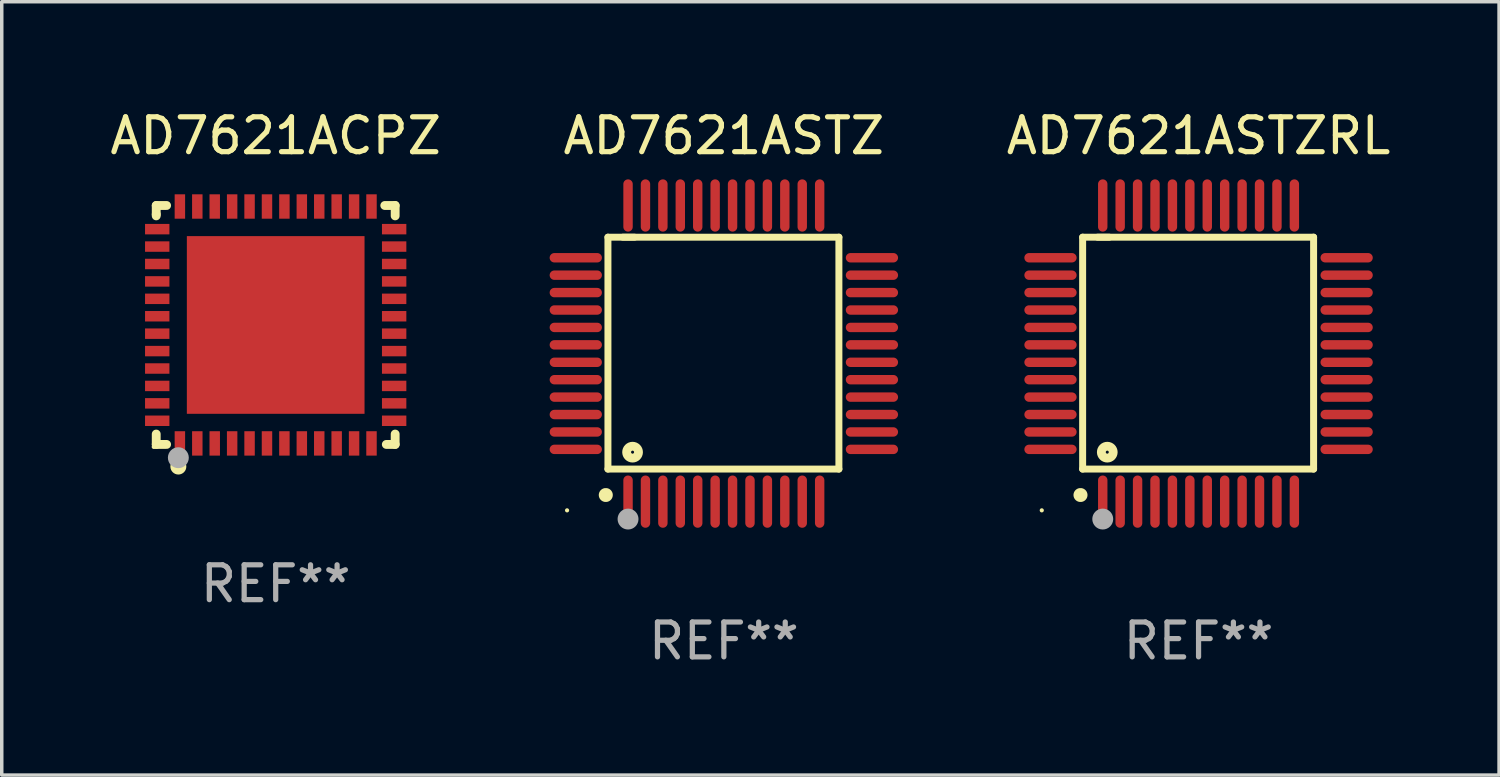
<source format=kicad_pcb>
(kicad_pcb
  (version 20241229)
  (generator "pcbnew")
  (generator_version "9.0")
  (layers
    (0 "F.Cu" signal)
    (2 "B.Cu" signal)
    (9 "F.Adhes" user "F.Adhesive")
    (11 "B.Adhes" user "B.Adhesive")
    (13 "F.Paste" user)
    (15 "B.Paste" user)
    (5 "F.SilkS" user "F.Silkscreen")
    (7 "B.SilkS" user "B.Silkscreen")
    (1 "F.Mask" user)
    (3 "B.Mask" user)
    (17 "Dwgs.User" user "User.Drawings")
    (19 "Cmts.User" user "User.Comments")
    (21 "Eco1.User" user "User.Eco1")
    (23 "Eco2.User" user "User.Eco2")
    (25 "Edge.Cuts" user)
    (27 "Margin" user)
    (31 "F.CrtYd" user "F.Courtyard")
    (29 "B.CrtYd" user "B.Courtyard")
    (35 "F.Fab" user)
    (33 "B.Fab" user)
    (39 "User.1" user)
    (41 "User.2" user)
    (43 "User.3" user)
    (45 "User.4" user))
  (footprint "AD7621ASTZ"
    (layer "F.Cu")
    (at 17.726 7.098)
    (property "Reference" "AD7621ASTZ" (at 0 -6.25 0) (layer "F.SilkS") (effects (font (size 1 1) (thickness 0.15))))
    (attr through_hole)
    (fp_line (start -3.327 -3.34) (end -2.565 -3.34) (stroke (width 0.2) (type solid)) (layer "F.SilkS"))
    (fp_line (start -3.327 3.315) (end -3.327 -3.34) (stroke (width 0.2) (type solid)) (layer "F.SilkS"))
    (fp_line (start -2.896 -3.34) (end 3.302 -3.34) (stroke (width 0.2) (type solid)) (layer "F.SilkS"))
    (fp_line (start 3.302 -3.34) (end 3.302 3.315) (stroke (width 0.2) (type solid)) (layer "F.SilkS"))
    (fp_line (start 3.302 3.315) (end -3.327 3.315) (stroke (width 0.2) (type solid)) (layer "F.SilkS"))
    (fp_arc (start -3.389992 4.059995) (mid -3.388722 4.059991) (end -3.387452 4.059995) (stroke (width 0.4) (type solid)) (layer "F.SilkS"))
    (fp_circle (center -4.5 4.5) (end -4.47 4.5) (stroke (width 0.06) (type solid)) (fill no) (layer "F.SilkS"))
    (fp_circle (center -2.62 2.83) (end -2.45 2.83) (stroke (width 0.254) (type solid)) (fill no) (layer "F.SilkS"))
    (fp_circle (center -2.75 4.75) (end -2.6 4.75) (stroke (width 0.3) (type solid)) (fill no) (layer "F.Fab"))
    (fp_text user "REF**" (at 0 8.25 0) (layer "F.Fab") (effects (font (size 1 1) (thickness 0.15))))
    (pad "1" smd oval (at -2.75 4.25) (size 0.27 1.5) (layers "F.Cu" "F.Mask" "F.Paste"))
    (pad "2" smd oval (at -2.25 4.25) (size 0.27 1.5) (layers "F.Cu" "F.Mask" "F.Paste"))
    (pad "3" smd oval (at -1.75 4.25) (size 0.27 1.5) (layers "F.Cu" "F.Mask" "F.Paste"))
    (pad "4" smd oval (at -1.25 4.25) (size 0.27 1.5) (layers "F.Cu" "F.Mask" "F.Paste"))
    (pad "5" smd oval (at -0.75 4.25) (size 0.27 1.5) (layers "F.Cu" "F.Mask" "F.Paste"))
    (pad "6" smd oval (at -0.25 4.25) (size 0.27 1.5) (layers "F.Cu" "F.Mask" "F.Paste"))
    (pad "7" smd oval (at 0.25 4.25) (size 0.27 1.5) (layers "F.Cu" "F.Mask" "F.Paste"))
    (pad "8" smd oval (at 0.75 4.25) (size 0.27 1.5) (layers "F.Cu" "F.Mask" "F.Paste"))
    (pad "9" smd oval (at 1.25 4.25) (size 0.27 1.5) (layers "F.Cu" "F.Mask" "F.Paste"))
    (pad "10" smd oval (at 1.75 4.25) (size 0.27 1.5) (layers "F.Cu" "F.Mask" "F.Paste"))
    (pad "11" smd oval (at 2.25 4.25) (size 0.27 1.5) (layers "F.Cu" "F.Mask" "F.Paste"))
    (pad "12" smd oval (at 2.75 4.25) (size 0.27 1.5) (layers "F.Cu" "F.Mask" "F.Paste"))
    (pad "13" smd oval (at 4.25 2.75) (size 1.5 0.27) (layers "F.Cu" "F.Mask" "F.Paste"))
    (pad "14" smd oval (at 4.25 2.25) (size 1.5 0.27) (layers "F.Cu" "F.Mask" "F.Paste"))
    (pad "15" smd oval (at 4.25 1.75) (size 1.5 0.27) (layers "F.Cu" "F.Mask" "F.Paste"))
    (pad "16" smd oval (at 4.25 1.25) (size 1.5 0.27) (layers "F.Cu" "F.Mask" "F.Paste"))
    (pad "17" smd oval (at 4.25 0.75) (size 1.5 0.27) (layers "F.Cu" "F.Mask" "F.Paste"))
    (pad "18" smd oval (at 4.25 0.25) (size 1.5 0.27) (layers "F.Cu" "F.Mask" "F.Paste"))
    (pad "19" smd oval (at 4.25 -0.25) (size 1.5 0.27) (layers "F.Cu" "F.Mask" "F.Paste"))
    (pad "20" smd oval (at 4.25 -0.75) (size 1.5 0.27) (layers "F.Cu" "F.Mask" "F.Paste"))
    (pad "21" smd oval (at 4.25 -1.25) (size 1.5 0.27) (layers "F.Cu" "F.Mask" "F.Paste"))
    (pad "22" smd oval (at 4.25 -1.75) (size 1.5 0.27) (layers "F.Cu" "F.Mask" "F.Paste"))
    (pad "23" smd oval (at 4.25 -2.25) (size 1.5 0.27) (layers "F.Cu" "F.Mask" "F.Paste"))
    (pad "24" smd oval (at 4.25 -2.75) (size 1.5 0.27) (layers "F.Cu" "F.Mask" "F.Paste"))
    (pad "25" smd oval (at 2.75 -4.25) (size 0.27 1.5) (layers "F.Cu" "F.Mask" "F.Paste"))
    (pad "26" smd oval (at 2.25 -4.25) (size 0.27 1.5) (layers "F.Cu" "F.Mask" "F.Paste"))
    (pad "27" smd oval (at 1.75 -4.25) (size 0.27 1.5) (layers "F.Cu" "F.Mask" "F.Paste"))
    (pad "28" smd oval (at 1.25 -4.25) (size 0.27 1.5) (layers "F.Cu" "F.Mask" "F.Paste"))
    (pad "29" smd oval (at 0.75 -4.25) (size 0.27 1.5) (layers "F.Cu" "F.Mask" "F.Paste"))
    (pad "30" smd oval (at 0.25 -4.25) (size 0.27 1.5) (layers "F.Cu" "F.Mask" "F.Paste"))
    (pad "31" smd oval (at -0.25 -4.25) (size 0.27 1.5) (layers "F.Cu" "F.Mask" "F.Paste"))
    (pad "32" smd oval (at -0.75 -4.25) (size 0.27 1.5) (layers "F.Cu" "F.Mask" "F.Paste"))
    (pad "33" smd oval (at -1.25 -4.25) (size 0.27 1.5) (layers "F.Cu" "F.Mask" "F.Paste"))
    (pad "34" smd oval (at -1.75 -4.25) (size 0.27 1.5) (layers "F.Cu" "F.Mask" "F.Paste"))
    (pad "35" smd oval (at -2.25 -4.25) (size 0.27 1.5) (layers "F.Cu" "F.Mask" "F.Paste"))
    (pad "36" smd oval (at -2.75 -4.25) (size 0.27 1.5) (layers "F.Cu" "F.Mask" "F.Paste"))
    (pad "37" smd oval (at -4.25 -2.75) (size 1.5 0.27) (layers "F.Cu" "F.Mask" "F.Paste"))
    (pad "38" smd oval (at -4.25 -2.25) (size 1.5 0.27) (layers "F.Cu" "F.Mask" "F.Paste"))
    (pad "39" smd oval (at -4.25 -1.75) (size 1.5 0.27) (layers "F.Cu" "F.Mask" "F.Paste"))
    (pad "40" smd oval (at -4.25 -1.25) (size 1.5 0.27) (layers "F.Cu" "F.Mask" "F.Paste"))
    (pad "41" smd oval (at -4.25 -0.75) (size 1.5 0.27) (layers "F.Cu" "F.Mask" "F.Paste"))
    (pad "42" smd oval (at -4.25 -0.25) (size 1.5 0.27) (layers "F.Cu" "F.Mask" "F.Paste"))
    (pad "43" smd oval (at -4.25 0.25) (size 1.5 0.27) (layers "F.Cu" "F.Mask" "F.Paste"))
    (pad "44" smd oval (at -4.25 0.75) (size 1.5 0.27) (layers "F.Cu" "F.Mask" "F.Paste"))
    (pad "45" smd oval (at -4.25 1.25) (size 1.5 0.27) (layers "F.Cu" "F.Mask" "F.Paste"))
    (pad "46" smd oval (at -4.25 1.75) (size 1.5 0.27) (layers "F.Cu" "F.Mask" "F.Paste"))
    (pad "47" smd oval (at -4.25 2.25) (size 1.5 0.27) (layers "F.Cu" "F.Mask" "F.Paste"))
    (pad "48" smd oval (at -4.25 2.75) (size 1.5 0.27) (layers "F.Cu" "F.Mask" "F.Paste")))
  (footprint "AD7621ACPZ"
    (layer "F.Cu")
    (at 4.863 6.277)
    (property "Reference" "AD7621ACPZ" (at 0 -5.429 0) (layer "F.SilkS") (effects (font (size 1 1) (thickness 0.15))))
    (attr through_hole)
    (fp_line (start -3.429 -3.429) (end -3.429 -3.175) (stroke (width 0.254) (type solid)) (layer "F.SilkS"))
    (fp_line (start -3.429 -3.175) (end -3.429 -3.131) (stroke (width 0.254) (type solid)) (layer "F.SilkS"))
    (fp_line (start -3.429 3.131) (end -3.429 3.429) (stroke (width 0.254) (type solid)) (layer "F.SilkS"))
    (fp_line (start -3.429 3.429) (end -3.131 3.429) (stroke (width 0.254) (type solid)) (layer "F.SilkS"))
    (fp_line (start -3.131 -3.429) (end -3.429 -3.429) (stroke (width 0.254) (type solid)) (layer "F.SilkS"))
    (fp_line (start 3.131 -3.429) (end 3.429 -3.429) (stroke (width 0.254) (type solid)) (layer "F.SilkS"))
    (fp_line (start 3.429 -3.429) (end 3.429 -3.131) (stroke (width 0.254) (type solid)) (layer "F.SilkS"))
    (fp_line (start 3.429 3.131) (end 3.429 3.429) (stroke (width 0.254) (type solid)) (layer "F.SilkS"))
    (fp_line (start 3.429 3.429) (end 3.175 3.429) (stroke (width 0.254) (type solid)) (layer "F.SilkS"))
    (fp_circle (center -3.5 3.5) (end -3.47 3.5) (stroke (width 0.06) (type solid)) (fill no) (layer "F.SilkS"))
    (fp_circle (center -2.794 4.064) (end -2.667 4.064) (stroke (width 0.204) (type solid)) (fill no) (layer "F.SilkS"))
    (fp_circle (center -2.794 3.81) (end -2.644 3.81) (stroke (width 0.3) (type solid)) (fill no) (layer "F.Fab"))
    (fp_text user "REF**" (at 0 7.429 0) (layer "F.Fab") (effects (font (size 1 1) (thickness 0.15))))
    (pad "1" smd rect (at -2.75 3.4) (size 0.3 0.7) (layers "F.Cu" "F.Mask" "F.Paste"))
    (pad "2" smd rect (at -2.25 3.4) (size 0.3 0.7) (layers "F.Cu" "F.Mask" "F.Paste"))
    (pad "3" smd rect (at -1.75 3.4) (size 0.3 0.7) (layers "F.Cu" "F.Mask" "F.Paste"))
    (pad "4" smd rect (at -1.25 3.4) (size 0.3 0.7) (layers "F.Cu" "F.Mask" "F.Paste"))
    (pad "5" smd rect (at -0.75 3.4) (size 0.3 0.7) (layers "F.Cu" "F.Mask" "F.Paste"))
    (pad "6" smd rect (at -0.25 3.4) (size 0.3 0.7) (layers "F.Cu" "F.Mask" "F.Paste"))
    (pad "7" smd rect (at 0.25 3.4) (size 0.3 0.7) (layers "F.Cu" "F.Mask" "F.Paste"))
    (pad "8" smd rect (at 0.75 3.4) (size 0.3 0.7) (layers "F.Cu" "F.Mask" "F.Paste"))
    (pad "9" smd rect (at 1.25 3.4) (size 0.3 0.7) (layers "F.Cu" "F.Mask" "F.Paste"))
    (pad "10" smd rect (at 1.75 3.4) (size 0.3 0.7) (layers "F.Cu" "F.Mask" "F.Paste"))
    (pad "11" smd rect (at 2.25 3.4) (size 0.3 0.7) (layers "F.Cu" "F.Mask" "F.Paste"))
    (pad "12" smd rect (at 2.75 3.4) (size 0.3 0.7) (layers "F.Cu" "F.Mask" "F.Paste"))
    (pad "13" smd rect (at 3.4 2.75) (size 0.7 0.3) (layers "F.Cu" "F.Mask" "F.Paste"))
    (pad "14" smd rect (at 3.4 2.25) (size 0.7 0.3) (layers "F.Cu" "F.Mask" "F.Paste"))
    (pad "15" smd rect (at 3.4 1.75) (size 0.7 0.3) (layers "F.Cu" "F.Mask" "F.Paste"))
    (pad "16" smd rect (at 3.4 1.25) (size 0.7 0.3) (layers "F.Cu" "F.Mask" "F.Paste"))
    (pad "17" smd rect (at 3.4 0.75) (size 0.7 0.3) (layers "F.Cu" "F.Mask" "F.Paste"))
    (pad "18" smd rect (at 3.4 0.25) (size 0.7 0.3) (layers "F.Cu" "F.Mask" "F.Paste"))
    (pad "19" smd rect (at 3.4 -0.25) (size 0.7 0.3) (layers "F.Cu" "F.Mask" "F.Paste"))
    (pad "20" smd rect (at 3.4 -0.75) (size 0.7 0.3) (layers "F.Cu" "F.Mask" "F.Paste"))
    (pad "21" smd rect (at 3.4 -1.25) (size 0.7 0.3) (layers "F.Cu" "F.Mask" "F.Paste"))
    (pad "22" smd rect (at 3.4 -1.75) (size 0.7 0.3) (layers "F.Cu" "F.Mask" "F.Paste"))
    (pad "23" smd rect (at 3.4 -2.25) (size 0.7 0.3) (layers "F.Cu" "F.Mask" "F.Paste"))
    (pad "24" smd rect (at 3.4 -2.75) (size 0.7 0.3) (layers "F.Cu" "F.Mask" "F.Paste"))
    (pad "25" smd rect (at 2.75 -3.4) (size 0.3 0.7) (layers "F.Cu" "F.Mask" "F.Paste"))
    (pad "26" smd rect (at 2.25 -3.4) (size 0.3 0.7) (layers "F.Cu" "F.Mask" "F.Paste"))
    (pad "27" smd rect (at 1.75 -3.4) (size 0.3 0.7) (layers "F.Cu" "F.Mask" "F.Paste"))
    (pad "28" smd rect (at 1.25 -3.4) (size 0.3 0.7) (layers "F.Cu" "F.Mask" "F.Paste"))
    (pad "29" smd rect (at 0.75 -3.4) (size 0.3 0.7) (layers "F.Cu" "F.Mask" "F.Paste"))
    (pad "30" smd rect (at 0.25 -3.4) (size 0.3 0.7) (layers "F.Cu" "F.Mask" "F.Paste"))
    (pad "31" smd rect (at -0.25 -3.4) (size 0.3 0.7) (layers "F.Cu" "F.Mask" "F.Paste"))
    (pad "32" smd rect (at -0.75 -3.4) (size 0.3 0.7) (layers "F.Cu" "F.Mask" "F.Paste"))
    (pad "33" smd rect (at -1.25 -3.4) (size 0.3 0.7) (layers "F.Cu" "F.Mask" "F.Paste"))
    (pad "34" smd rect (at -1.75 -3.4) (size 0.3 0.7) (layers "F.Cu" "F.Mask" "F.Paste"))
    (pad "35" smd rect (at -2.25 -3.4) (size 0.3 0.7) (layers "F.Cu" "F.Mask" "F.Paste"))
    (pad "36" smd rect (at -2.75 -3.4) (size 0.3 0.7) (layers "F.Cu" "F.Mask" "F.Paste"))
    (pad "37" smd rect (at -3.4 -2.75) (size 0.7 0.3) (layers "F.Cu" "F.Mask" "F.Paste"))
    (pad "38" smd rect (at -3.4 -2.25) (size 0.7 0.3) (layers "F.Cu" "F.Mask" "F.Paste"))
    (pad "39" smd rect (at -3.4 -1.75) (size 0.7 0.3) (layers "F.Cu" "F.Mask" "F.Paste"))
    (pad "40" smd rect (at -3.4 -1.25) (size 0.7 0.3) (layers "F.Cu" "F.Mask" "F.Paste"))
    (pad "41" smd rect (at -3.4 -0.75) (size 0.7 0.3) (layers "F.Cu" "F.Mask" "F.Paste"))
    (pad "42" smd rect (at -3.4 -0.25) (size 0.7 0.3) (layers "F.Cu" "F.Mask" "F.Paste"))
    (pad "43" smd rect (at -3.4 0.25) (size 0.7 0.3) (layers "F.Cu" "F.Mask" "F.Paste"))
    (pad "44" smd rect (at -3.4 0.75) (size 0.7 0.3) (layers "F.Cu" "F.Mask" "F.Paste"))
    (pad "45" smd rect (at -3.4 1.25) (size 0.7 0.3) (layers "F.Cu" "F.Mask" "F.Paste"))
    (pad "46" smd rect (at -3.4 1.75) (size 0.7 0.3) (layers "F.Cu" "F.Mask" "F.Paste"))
    (pad "47" smd rect (at -3.4 2.25) (size 0.7 0.3) (layers "F.Cu" "F.Mask" "F.Paste"))
    (pad "48" smd rect (at -3.4 2.75) (size 0.7 0.3) (layers "F.Cu" "F.Mask" "F.Paste"))
    (pad "49" smd rect (at 0 0) (size 5.1 5.1) (layers "F.Cu" "F.Mask" "F.Paste")))
  (footprint "AD7621ASTZRL"
    (layer "F.Cu")
    (at 31.351 7.098)
    (property "Reference" "AD7621ASTZRL" (at 0 -6.25 0) (layer "F.SilkS") (effects (font (size 1 1) (thickness 0.15))))
    (attr through_hole)
    (fp_line (start -3.327 -3.34) (end -2.565 -3.34) (stroke (width 0.2) (type solid)) (layer "F.SilkS"))
    (fp_line (start -3.327 3.315) (end -3.327 -3.34) (stroke (width 0.2) (type solid)) (layer "F.SilkS"))
    (fp_line (start -2.896 -3.34) (end 3.302 -3.34) (stroke (width 0.2) (type solid)) (layer "F.SilkS"))
    (fp_line (start 3.302 -3.34) (end 3.302 3.315) (stroke (width 0.2) (type solid)) (layer "F.SilkS"))
    (fp_line (start 3.302 3.315) (end -3.327 3.315) (stroke (width 0.2) (type solid)) (layer "F.SilkS"))
    (fp_arc (start -3.389992 4.059995) (mid -3.388722 4.059991) (end -3.387452 4.059995) (stroke (width 0.4) (type solid)) (layer "F.SilkS"))
    (fp_circle (center -4.5 4.5) (end -4.47 4.5) (stroke (width 0.06) (type solid)) (fill no) (layer "F.SilkS"))
    (fp_circle (center -2.62 2.83) (end -2.45 2.83) (stroke (width 0.254) (type solid)) (fill no) (layer "F.SilkS"))
    (fp_circle (center -2.75 4.75) (end -2.6 4.75) (stroke (width 0.3) (type solid)) (fill no) (layer "F.Fab"))
    (fp_text user "REF**" (at 0 8.25 0) (layer "F.Fab") (effects (font (size 1 1) (thickness 0.15))))
    (pad "1" smd oval (at -2.75 4.25) (size 0.27 1.5) (layers "F.Cu" "F.Mask" "F.Paste"))
    (pad "2" smd oval (at -2.25 4.25) (size 0.27 1.5) (layers "F.Cu" "F.Mask" "F.Paste"))
    (pad "3" smd oval (at -1.75 4.25) (size 0.27 1.5) (layers "F.Cu" "F.Mask" "F.Paste"))
    (pad "4" smd oval (at -1.25 4.25) (size 0.27 1.5) (layers "F.Cu" "F.Mask" "F.Paste"))
    (pad "5" smd oval (at -0.75 4.25) (size 0.27 1.5) (layers "F.Cu" "F.Mask" "F.Paste"))
    (pad "6" smd oval (at -0.25 4.25) (size 0.27 1.5) (layers "F.Cu" "F.Mask" "F.Paste"))
    (pad "7" smd oval (at 0.25 4.25) (size 0.27 1.5) (layers "F.Cu" "F.Mask" "F.Paste"))
    (pad "8" smd oval (at 0.75 4.25) (size 0.27 1.5) (layers "F.Cu" "F.Mask" "F.Paste"))
    (pad "9" smd oval (at 1.25 4.25) (size 0.27 1.5) (layers "F.Cu" "F.Mask" "F.Paste"))
    (pad "10" smd oval (at 1.75 4.25) (size 0.27 1.5) (layers "F.Cu" "F.Mask" "F.Paste"))
    (pad "11" smd oval (at 2.25 4.25) (size 0.27 1.5) (layers "F.Cu" "F.Mask" "F.Paste"))
    (pad "12" smd oval (at 2.75 4.25) (size 0.27 1.5) (layers "F.Cu" "F.Mask" "F.Paste"))
    (pad "13" smd oval (at 4.25 2.75) (size 1.5 0.27) (layers "F.Cu" "F.Mask" "F.Paste"))
    (pad "14" smd oval (at 4.25 2.25) (size 1.5 0.27) (layers "F.Cu" "F.Mask" "F.Paste"))
    (pad "15" smd oval (at 4.25 1.75) (size 1.5 0.27) (layers "F.Cu" "F.Mask" "F.Paste"))
    (pad "16" smd oval (at 4.25 1.25) (size 1.5 0.27) (layers "F.Cu" "F.Mask" "F.Paste"))
    (pad "17" smd oval (at 4.25 0.75) (size 1.5 0.27) (layers "F.Cu" "F.Mask" "F.Paste"))
    (pad "18" smd oval (at 4.25 0.25) (size 1.5 0.27) (layers "F.Cu" "F.Mask" "F.Paste"))
    (pad "19" smd oval (at 4.25 -0.25) (size 1.5 0.27) (layers "F.Cu" "F.Mask" "F.Paste"))
    (pad "20" smd oval (at 4.25 -0.75) (size 1.5 0.27) (layers "F.Cu" "F.Mask" "F.Paste"))
    (pad "21" smd oval (at 4.25 -1.25) (size 1.5 0.27) (layers "F.Cu" "F.Mask" "F.Paste"))
    (pad "22" smd oval (at 4.25 -1.75) (size 1.5 0.27) (layers "F.Cu" "F.Mask" "F.Paste"))
    (pad "23" smd oval (at 4.25 -2.25) (size 1.5 0.27) (layers "F.Cu" "F.Mask" "F.Paste"))
    (pad "24" smd oval (at 4.25 -2.75) (size 1.5 0.27) (layers "F.Cu" "F.Mask" "F.Paste"))
    (pad "25" smd oval (at 2.75 -4.25) (size 0.27 1.5) (layers "F.Cu" "F.Mask" "F.Paste"))
    (pad "26" smd oval (at 2.25 -4.25) (size 0.27 1.5) (layers "F.Cu" "F.Mask" "F.Paste"))
    (pad "27" smd oval (at 1.75 -4.25) (size 0.27 1.5) (layers "F.Cu" "F.Mask" "F.Paste"))
    (pad "28" smd oval (at 1.25 -4.25) (size 0.27 1.5) (layers "F.Cu" "F.Mask" "F.Paste"))
    (pad "29" smd oval (at 0.75 -4.25) (size 0.27 1.5) (layers "F.Cu" "F.Mask" "F.Paste"))
    (pad "30" smd oval (at 0.25 -4.25) (size 0.27 1.5) (layers "F.Cu" "F.Mask" "F.Paste"))
    (pad "31" smd oval (at -0.25 -4.25) (size 0.27 1.5) (layers "F.Cu" "F.Mask" "F.Paste"))
    (pad "32" smd oval (at -0.75 -4.25) (size 0.27 1.5) (layers "F.Cu" "F.Mask" "F.Paste"))
    (pad "33" smd oval (at -1.25 -4.25) (size 0.27 1.5) (layers "F.Cu" "F.Mask" "F.Paste"))
    (pad "34" smd oval (at -1.75 -4.25) (size 0.27 1.5) (layers "F.Cu" "F.Mask" "F.Paste"))
    (pad "35" smd oval (at -2.25 -4.25) (size 0.27 1.5) (layers "F.Cu" "F.Mask" "F.Paste"))
    (pad "36" smd oval (at -2.75 -4.25) (size 0.27 1.5) (layers "F.Cu" "F.Mask" "F.Paste"))
    (pad "37" smd oval (at -4.25 -2.75) (size 1.5 0.27) (layers "F.Cu" "F.Mask" "F.Paste"))
    (pad "38" smd oval (at -4.25 -2.25) (size 1.5 0.27) (layers "F.Cu" "F.Mask" "F.Paste"))
    (pad "39" smd oval (at -4.25 -1.75) (size 1.5 0.27) (layers "F.Cu" "F.Mask" "F.Paste"))
    (pad "40" smd oval (at -4.25 -1.25) (size 1.5 0.27) (layers "F.Cu" "F.Mask" "F.Paste"))
    (pad "41" smd oval (at -4.25 -0.75) (size 1.5 0.27) (layers "F.Cu" "F.Mask" "F.Paste"))
    (pad "42" smd oval (at -4.25 -0.25) (size 1.5 0.27) (layers "F.Cu" "F.Mask" "F.Paste"))
    (pad "43" smd oval (at -4.25 0.25) (size 1.5 0.27) (layers "F.Cu" "F.Mask" "F.Paste"))
    (pad "44" smd oval (at -4.25 0.75) (size 1.5 0.27) (layers "F.Cu" "F.Mask" "F.Paste"))
    (pad "45" smd oval (at -4.25 1.25) (size 1.5 0.27) (layers "F.Cu" "F.Mask" "F.Paste"))
    (pad "46" smd oval (at -4.25 1.75) (size 1.5 0.27) (layers "F.Cu" "F.Mask" "F.Paste"))
    (pad "47" smd oval (at -4.25 2.25) (size 1.5 0.27) (layers "F.Cu" "F.Mask" "F.Paste"))
    (pad "48" smd oval (at -4.25 2.75) (size 1.5 0.27) (layers "F.Cu" "F.Mask" "F.Paste")))
  (gr_rect
    (start -3 -3)
    (end 39.976 19.196)
    (stroke (width 0.1) (type default))
    (fill no)
    (layer "Edge.Cuts")))
</source>
